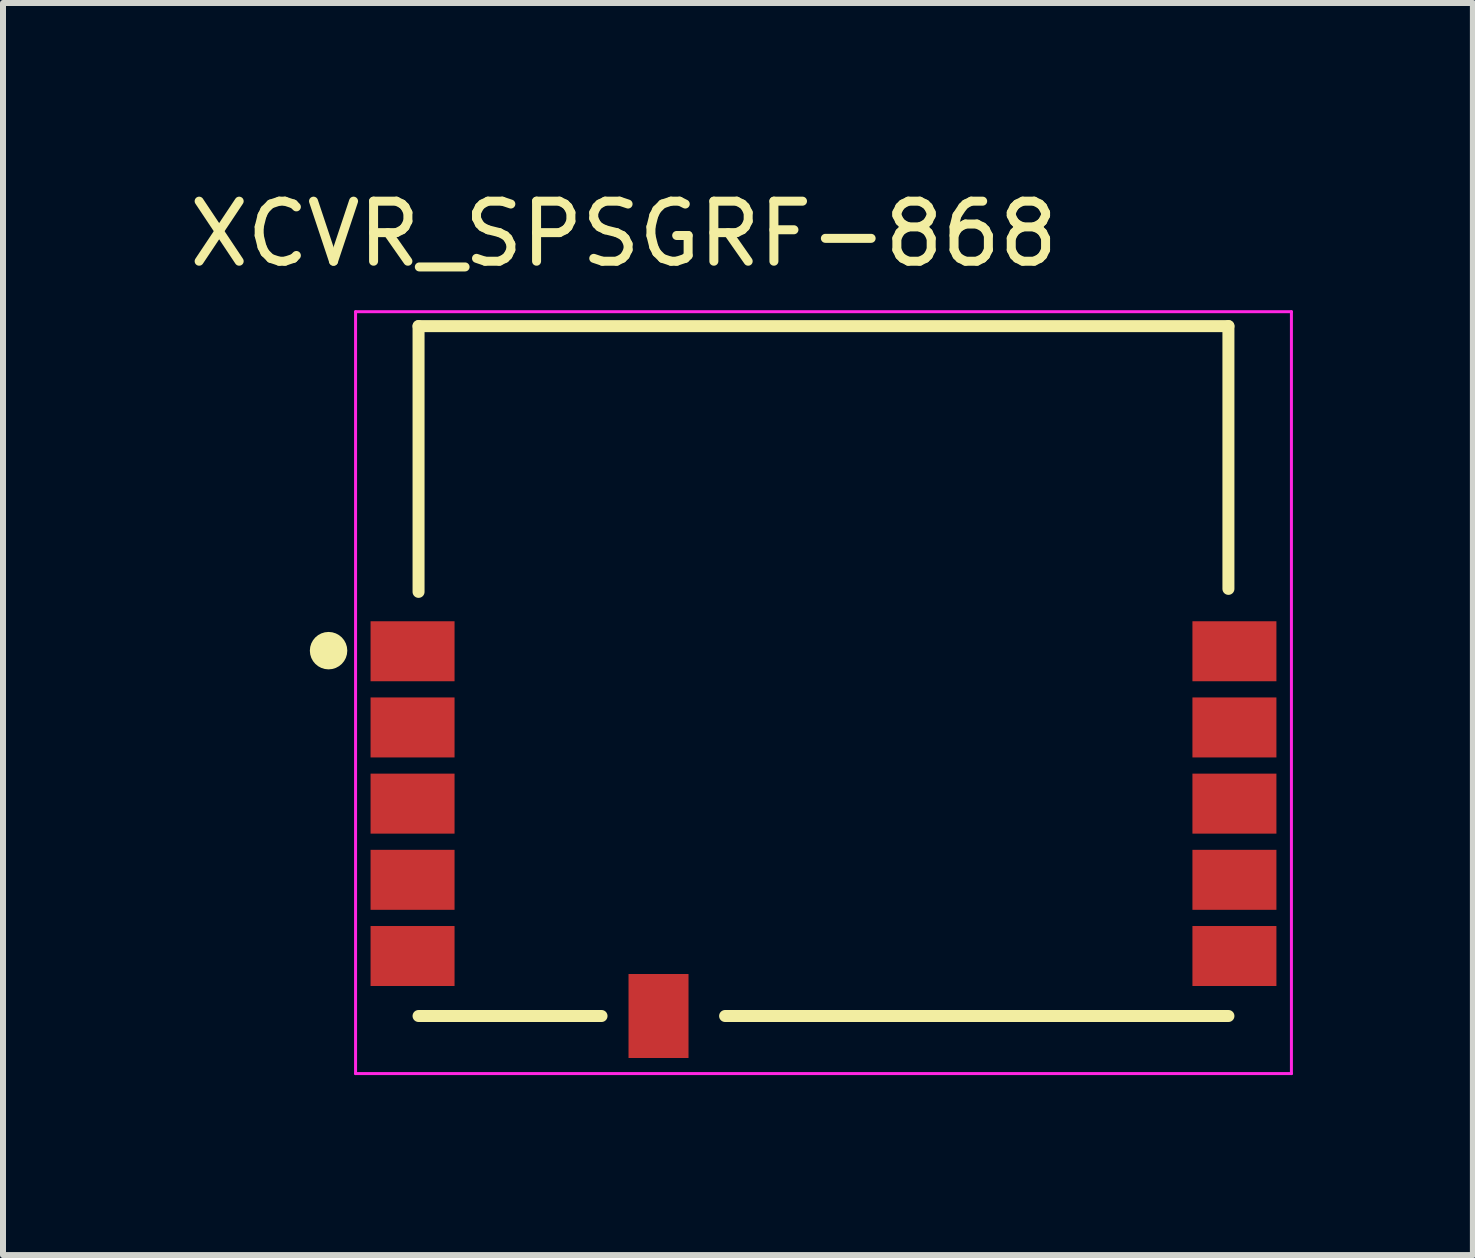
<source format=kicad_pcb>
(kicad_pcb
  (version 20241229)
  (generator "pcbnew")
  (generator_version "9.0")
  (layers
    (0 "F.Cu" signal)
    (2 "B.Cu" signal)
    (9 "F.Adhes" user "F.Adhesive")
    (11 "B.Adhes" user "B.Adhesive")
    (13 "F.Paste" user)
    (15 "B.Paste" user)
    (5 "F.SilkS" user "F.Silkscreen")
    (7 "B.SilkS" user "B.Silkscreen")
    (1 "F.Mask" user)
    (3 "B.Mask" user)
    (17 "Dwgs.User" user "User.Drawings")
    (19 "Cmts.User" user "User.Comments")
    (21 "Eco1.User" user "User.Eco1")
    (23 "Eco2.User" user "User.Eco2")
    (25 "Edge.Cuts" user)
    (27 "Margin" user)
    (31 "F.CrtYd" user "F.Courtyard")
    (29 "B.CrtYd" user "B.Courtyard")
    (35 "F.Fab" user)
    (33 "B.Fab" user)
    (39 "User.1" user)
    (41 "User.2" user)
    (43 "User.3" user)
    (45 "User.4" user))
  (footprint "XCVR_SPSGRF-868"
    (layer "F.Cu")
    (at 10.677 10.346)
    (property "Reference" "XCVR_SPSGRF-868" (at -3.329 -9.497 0) (layer "F.SilkS") (effects (font (size 1.001 1.001) (thickness 0.15))))
    (attr smd)
    (fp_line (start -6.75 -7.96) (end 6.75 -7.96) (stroke (width 0.2) (type solid)) (layer "F.SilkS"))
    (fp_line (start -6.75 -3.53) (end -6.75 -7.96) (stroke (width 0.2) (type solid)) (layer "F.SilkS"))
    (fp_line (start -3.7 3.54) (end -6.75 3.54) (stroke (width 0.2) (type solid)) (layer "F.SilkS"))
    (fp_line (start 6.75 -7.96) (end 6.75 -3.58) (stroke (width 0.2) (type solid)) (layer "F.SilkS"))
    (fp_line (start 6.75 3.54) (end -1.64 3.54) (stroke (width 0.2) (type solid)) (layer "F.SilkS"))
    (fp_circle (center -8.25 -2.55) (end -8.038 -2.55) (stroke (width 0.2) (type solid)) (fill no) (layer "F.SilkS"))
    (fp_poly (pts (xy -8.458 -2.7) (xy -8.1 -2.7) (xy -8.1 -2.402) (xy -8.458 -2.402)) (stroke (width 0.01) (type solid)) (fill yes) (layer "F.SilkS"))
    (fp_line (start -7.8 -8.2) (end 7.8 -8.2) (stroke (width 0.05) (type solid)) (layer "F.CrtYd"))
    (fp_line (start -7.8 4.5) (end -7.8 -8.2) (stroke (width 0.05) (type solid)) (layer "F.CrtYd"))
    (fp_line (start 7.8 -8.2) (end 7.8 4.5) (stroke (width 0.05) (type solid)) (layer "F.CrtYd"))
    (fp_line (start 7.8 4.5) (end -7.8 4.5) (stroke (width 0.05) (type solid)) (layer "F.CrtYd"))
    (pad "1" smd rect (at -6.85 -2.54) (size 1.4 1) (layers "F.Cu" "F.Mask" "F.Paste"))
    (pad "2" smd rect (at -6.85 -1.27) (size 1.4 1) (layers "F.Cu" "F.Mask" "F.Paste"))
    (pad "3" smd rect (at -6.85 0) (size 1.4 1) (layers "F.Cu" "F.Mask" "F.Paste"))
    (pad "4" smd rect (at -6.85 1.27) (size 1.4 1) (layers "F.Cu" "F.Mask" "F.Paste"))
    (pad "5" smd rect (at -6.85 2.54) (size 1.4 1) (layers "F.Cu" "F.Mask" "F.Paste"))
    (pad "6" smd rect (at -2.75 3.54 90) (size 1.4 1) (layers "F.Cu" "F.Mask" "F.Paste"))
    (pad "7" smd rect (at 6.85 2.54 180) (size 1.4 1) (layers "F.Cu" "F.Mask" "F.Paste"))
    (pad "8" smd rect (at 6.85 1.27 180) (size 1.4 1) (layers "F.Cu" "F.Mask" "F.Paste"))
    (pad "9" smd rect (at 6.85 0 180) (size 1.4 1) (layers "F.Cu" "F.Mask" "F.Paste"))
    (pad "10" smd rect (at 6.85 -1.27 180) (size 1.4 1) (layers "F.Cu" "F.Mask" "F.Paste"))
    (pad "11" smd rect (at 6.85 -2.54 180) (size 1.4 1) (layers "F.Cu" "F.Mask" "F.Paste")))
  (gr_rect
    (start -3 -3)
    (end 21.502 17.871)
    (stroke (width 0.1) (type default))
    (fill no)
    (layer "Edge.Cuts")))
</source>
